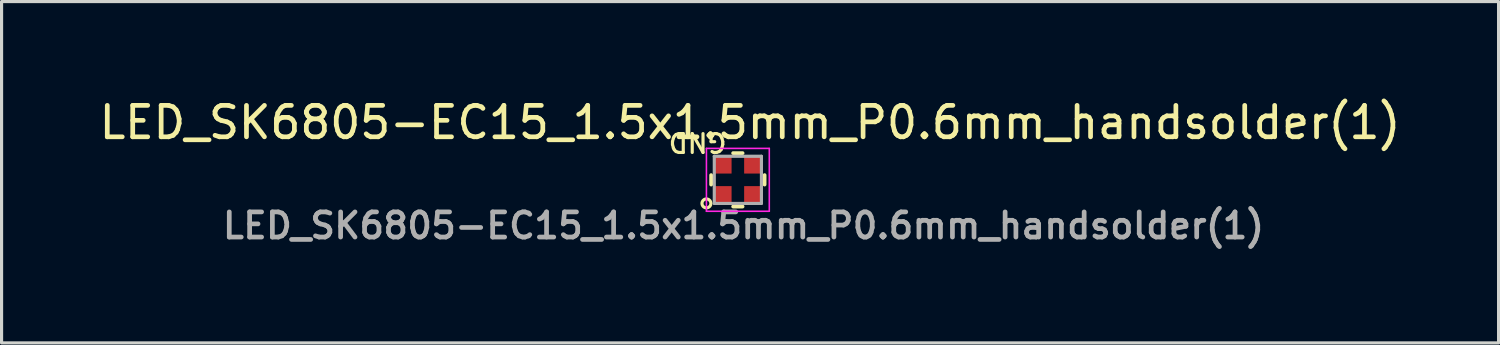
<source format=kicad_pcb>
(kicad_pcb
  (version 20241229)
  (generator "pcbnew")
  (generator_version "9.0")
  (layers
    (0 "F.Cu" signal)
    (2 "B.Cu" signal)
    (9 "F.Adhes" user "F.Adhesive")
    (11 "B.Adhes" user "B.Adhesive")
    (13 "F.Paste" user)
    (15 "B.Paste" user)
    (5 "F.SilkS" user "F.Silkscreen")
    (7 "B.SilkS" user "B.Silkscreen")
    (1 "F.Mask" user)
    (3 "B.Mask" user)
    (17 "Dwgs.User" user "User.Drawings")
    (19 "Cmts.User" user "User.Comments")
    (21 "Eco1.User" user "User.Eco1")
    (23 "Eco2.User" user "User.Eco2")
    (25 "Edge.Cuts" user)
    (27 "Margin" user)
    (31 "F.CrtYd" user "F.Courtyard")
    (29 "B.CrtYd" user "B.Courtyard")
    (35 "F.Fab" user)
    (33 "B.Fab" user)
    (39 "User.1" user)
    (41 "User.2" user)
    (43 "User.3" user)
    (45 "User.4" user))
  (footprint "LED_SK6805-EC15_1.5x1.5mm_P0.6mm_handsolder(1)"
    (layer "F.Cu")
    (at 20.427 2.672)
    (property "Reference" "LED_SK6805-EC15_1.5x1.5mm_P0.6mm_handsolder(1)" (at 0.389 -1.824 0) (layer "F.SilkS") (effects (font (size 1 1) (thickness 0.15))))
    (attr smd)
    (fp_line (start -0.85 -0.15) (end -0.85 0.15) (stroke (width 0.12) (type solid)) (layer "F.SilkS"))
    (fp_line (start -0.15 -0.85) (end 0.15 -0.85) (stroke (width 0.12) (type solid)) (layer "F.SilkS"))
    (fp_line (start 0.15 0.85) (end -0.15 0.85) (stroke (width 0.12) (type solid)) (layer "F.SilkS"))
    (fp_line (start 0.85 -0.15) (end 0.85 0.15) (stroke (width 0.12) (type solid)) (layer "F.SilkS"))
    (fp_circle (center -1 0.75) (end -0.9 0.65) (stroke (width 0.1) (type default)) (fill no) (layer "F.SilkS"))
    (fp_line (start -1 -1) (end -1 1) (stroke (width 0.05) (type solid)) (layer "F.CrtYd"))
    (fp_line (start -1 1) (end 1 1) (stroke (width 0.05) (type solid)) (layer "F.CrtYd"))
    (fp_line (start 1 -1) (end -1 -1) (stroke (width 0.05) (type solid)) (layer "F.CrtYd"))
    (fp_line (start 1 1) (end 1 -1) (stroke (width 0.05) (type solid)) (layer "F.CrtYd"))
    (fp_line (start -0.75 -0.75) (end -0.75 0.75) (stroke (width 0.1) (type solid)) (layer "F.Fab"))
    (fp_line (start -0.75 0.75) (end 0.75 0.75) (stroke (width 0.1) (type solid)) (layer "F.Fab"))
    (fp_line (start 0.75 -0.75) (end -0.75 -0.75) (stroke (width 0.1) (type solid)) (layer "F.Fab"))
    (fp_line (start 0.75 0.75) (end 0.75 -0.75) (stroke (width 0.1) (type solid)) (layer "F.Fab"))
    (fp_text user "GND" (at -0.3 -1.55 180) (unlocked yes) (layer "F.SilkS") (effects (font (size 0.6 0.6) (thickness 0.1)) (justify left bottom)))
    (fp_text user "${REFERENCE}" (at 0.18 1.458 0) (layer "F.Fab") (effects (font (size 0.8 0.8) (thickness 0.15))))
    (pad "1" smd rect (at -0.475 0.475) (size 0.55 0.55) (layers "F.Cu" "F.Mask" "F.Paste"))
    (pad "2" smd rect (at 0.475 0.475) (size 0.55 0.55) (layers "F.Cu" "F.Mask" "F.Paste"))
    (pad "3" smd rect (at 0.475 -0.475) (size 0.55 0.55) (layers "F.Cu" "F.Mask" "F.Paste"))
    (pad "4" smd rect (at -0.475 -0.475) (size 0.55 0.55) (layers "F.Cu" "F.Mask" "F.Paste")))
  (gr_rect
    (start -3 -3)
    (end 44.631 7.861)
    (stroke (width 0.1) (type default))
    (fill no)
    (layer "Edge.Cuts")))
</source>
